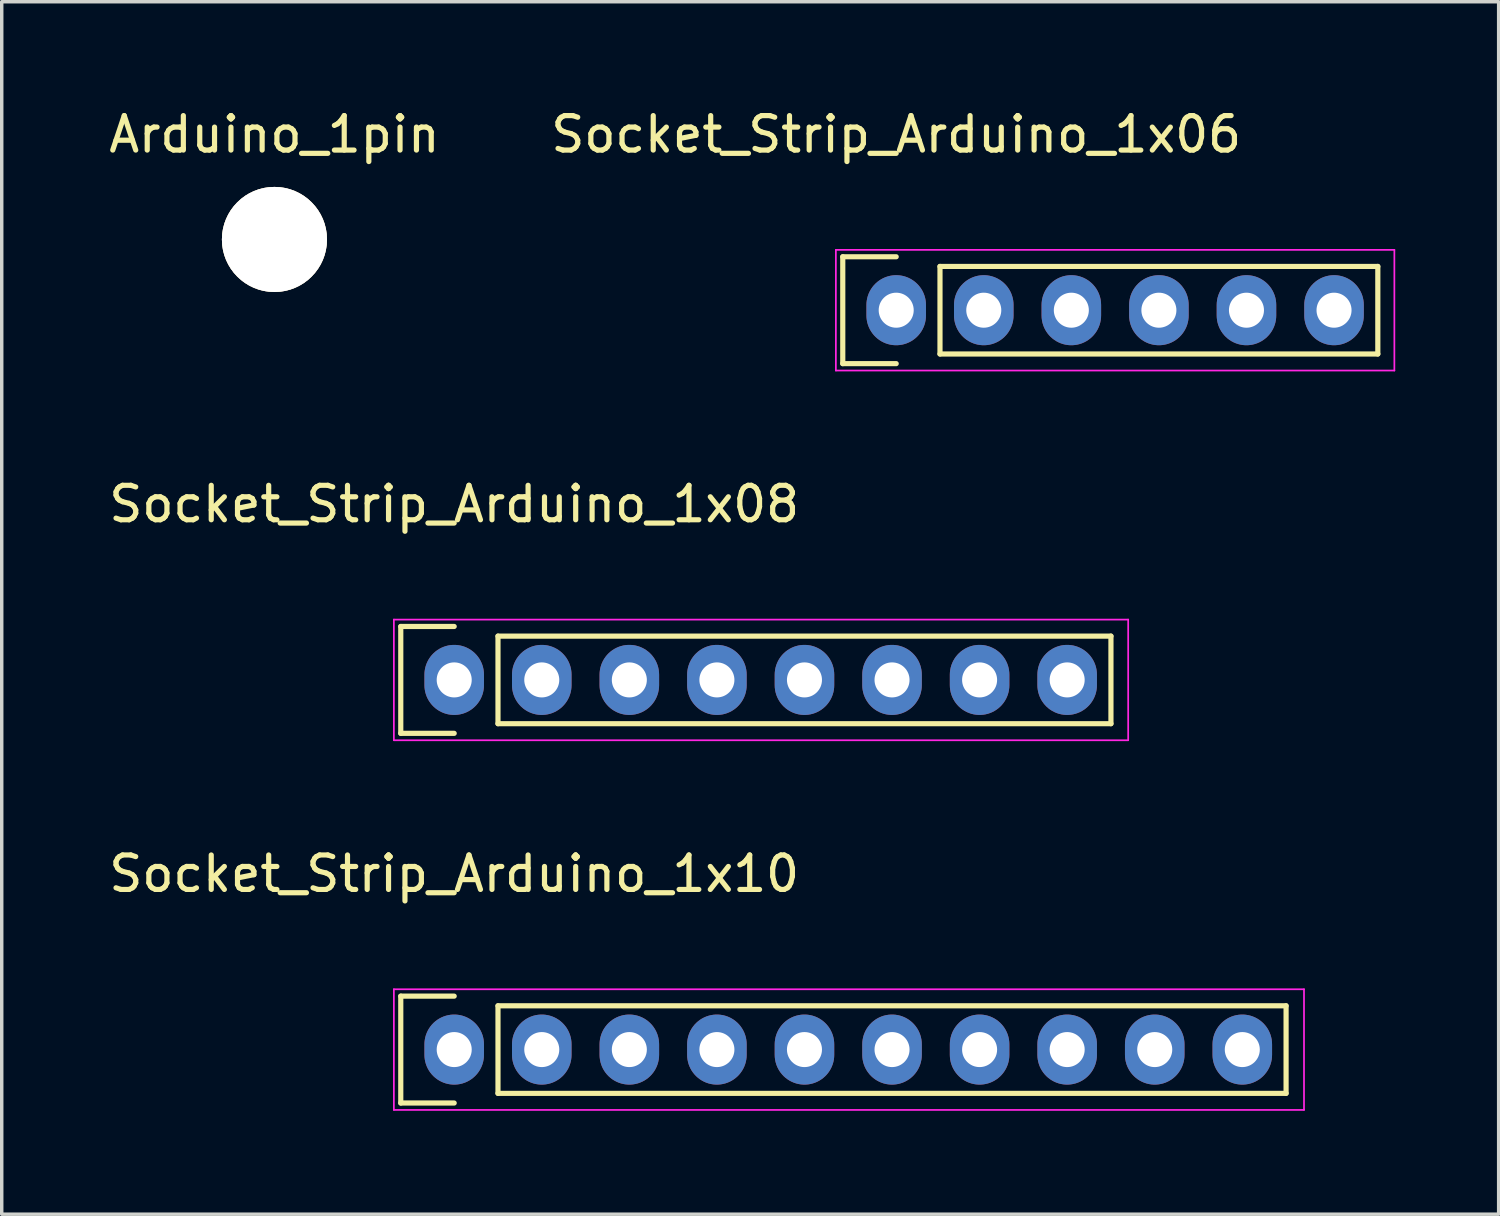
<source format=kicad_pcb>
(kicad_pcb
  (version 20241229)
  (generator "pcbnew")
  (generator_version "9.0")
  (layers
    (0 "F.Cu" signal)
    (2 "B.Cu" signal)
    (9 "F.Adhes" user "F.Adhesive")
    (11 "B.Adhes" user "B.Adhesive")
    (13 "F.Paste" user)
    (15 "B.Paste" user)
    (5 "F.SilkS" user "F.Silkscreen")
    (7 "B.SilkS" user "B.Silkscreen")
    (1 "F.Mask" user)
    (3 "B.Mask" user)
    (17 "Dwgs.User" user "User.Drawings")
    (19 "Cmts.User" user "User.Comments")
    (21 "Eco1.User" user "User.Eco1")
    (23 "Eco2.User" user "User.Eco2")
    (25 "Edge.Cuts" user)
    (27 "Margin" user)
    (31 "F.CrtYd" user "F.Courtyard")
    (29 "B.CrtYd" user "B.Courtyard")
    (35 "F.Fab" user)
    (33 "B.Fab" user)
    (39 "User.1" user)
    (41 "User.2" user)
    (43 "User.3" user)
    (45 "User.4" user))
  (footprint "Socket_Strip_Arduino_1x06"
    (layer "F.Cu")
    (at 22.946 5.948)
    (property "Reference" "Socket_Strip_Arduino_1x06" (at 0 -5.1 0) (layer "F.SilkS") (effects (font (size 1 1) (thickness 0.15))))
    (attr through_hole)
    (fp_line (start -1.55 -1.55) (end -1.55 1.55) (stroke (width 0.15) (type solid)) (layer "F.SilkS"))
    (fp_line (start -1.55 1.55) (end 0 1.55) (stroke (width 0.15) (type solid)) (layer "F.SilkS"))
    (fp_line (start 0 -1.55) (end -1.55 -1.55) (stroke (width 0.15) (type solid)) (layer "F.SilkS"))
    (fp_line (start 1.27 1.27) (end 1.27 -1.27) (stroke (width 0.15) (type solid)) (layer "F.SilkS"))
    (fp_line (start 1.27 1.27) (end 13.97 1.27) (stroke (width 0.15) (type solid)) (layer "F.SilkS"))
    (fp_line (start 13.97 -1.27) (end 1.27 -1.27) (stroke (width 0.15) (type solid)) (layer "F.SilkS"))
    (fp_line (start 13.97 1.27) (end 13.97 -1.27) (stroke (width 0.15) (type solid)) (layer "F.SilkS"))
    (fp_line (start -1.75 -1.75) (end -1.75 1.75) (stroke (width 0.05) (type solid)) (layer "F.CrtYd"))
    (fp_line (start -1.75 -1.75) (end 14.45 -1.75) (stroke (width 0.05) (type solid)) (layer "F.CrtYd"))
    (fp_line (start -1.75 1.75) (end 14.45 1.75) (stroke (width 0.05) (type solid)) (layer "F.CrtYd"))
    (fp_line (start 14.45 -1.75) (end 14.45 1.75) (stroke (width 0.05) (type solid)) (layer "F.CrtYd"))
    (pad "1" thru_hole oval (at 0 0) (size 1.727 2.032) (drill 1.016) (layers "*.Cu" "*.Mask"))
    (pad "2" thru_hole oval (at 2.54 0) (size 1.727 2.032) (drill 1.016) (layers "*.Cu" "*.Mask"))
    (pad "3" thru_hole oval (at 5.08 0) (size 1.727 2.032) (drill 1.016) (layers "*.Cu" "*.Mask"))
    (pad "4" thru_hole oval (at 7.62 0) (size 1.727 2.032) (drill 1.016) (layers "*.Cu" "*.Mask"))
    (pad "5" thru_hole oval (at 10.16 0) (size 1.727 2.032) (drill 1.016) (layers "*.Cu" "*.Mask"))
    (pad "6" thru_hole oval (at 12.7 0) (size 1.727 2.032) (drill 1.016) (layers "*.Cu" "*.Mask")))
  (footprint "Socket_Strip_Arduino_1x10"
    (layer "F.Cu")
    (at 10.125 27.395)
    (property "Reference" "Socket_Strip_Arduino_1x10" (at 0 -5.1 0) (layer "F.SilkS") (effects (font (size 1 1) (thickness 0.15))))
    (attr through_hole)
    (fp_line (start -1.55 -1.55) (end -1.55 1.55) (stroke (width 0.15) (type solid)) (layer "F.SilkS"))
    (fp_line (start -1.55 1.55) (end 0 1.55) (stroke (width 0.15) (type solid)) (layer "F.SilkS"))
    (fp_line (start 0 -1.55) (end -1.55 -1.55) (stroke (width 0.15) (type solid)) (layer "F.SilkS"))
    (fp_line (start 1.27 1.27) (end 1.27 -1.27) (stroke (width 0.15) (type solid)) (layer "F.SilkS"))
    (fp_line (start 1.27 1.27) (end 24.13 1.27) (stroke (width 0.15) (type solid)) (layer "F.SilkS"))
    (fp_line (start 24.13 -1.27) (end 1.27 -1.27) (stroke (width 0.15) (type solid)) (layer "F.SilkS"))
    (fp_line (start 24.13 1.27) (end 24.13 -1.27) (stroke (width 0.15) (type solid)) (layer "F.SilkS"))
    (fp_line (start -1.75 -1.75) (end -1.75 1.75) (stroke (width 0.05) (type solid)) (layer "F.CrtYd"))
    (fp_line (start -1.75 -1.75) (end 24.65 -1.75) (stroke (width 0.05) (type solid)) (layer "F.CrtYd"))
    (fp_line (start -1.75 1.75) (end 24.65 1.75) (stroke (width 0.05) (type solid)) (layer "F.CrtYd"))
    (fp_line (start 24.65 -1.75) (end 24.65 1.75) (stroke (width 0.05) (type solid)) (layer "F.CrtYd"))
    (pad "1" thru_hole oval (at 0 0) (size 1.727 2.032) (drill 1.016) (layers "*.Cu" "*.Mask"))
    (pad "2" thru_hole oval (at 2.54 0) (size 1.727 2.032) (drill 1.016) (layers "*.Cu" "*.Mask"))
    (pad "3" thru_hole oval (at 5.08 0) (size 1.727 2.032) (drill 1.016) (layers "*.Cu" "*.Mask"))
    (pad "4" thru_hole oval (at 7.62 0) (size 1.727 2.032) (drill 1.016) (layers "*.Cu" "*.Mask"))
    (pad "5" thru_hole oval (at 10.16 0) (size 1.727 2.032) (drill 1.016) (layers "*.Cu" "*.Mask"))
    (pad "6" thru_hole oval (at 12.7 0) (size 1.727 2.032) (drill 1.016) (layers "*.Cu" "*.Mask"))
    (pad "7" thru_hole oval (at 15.24 0) (size 1.727 2.032) (drill 1.016) (layers "*.Cu" "*.Mask"))
    (pad "8" thru_hole oval (at 17.78 0) (size 1.727 2.032) (drill 1.016) (layers "*.Cu" "*.Mask"))
    (pad "9" thru_hole oval (at 20.32 0) (size 1.727 2.032) (drill 1.016) (layers "*.Cu" "*.Mask"))
    (pad "10" thru_hole oval (at 22.86 0) (size 1.727 2.032) (drill 1.016) (layers "*.Cu" "*.Mask")))
  (footprint "Arduino_1pin"
    (layer "F.Cu")
    (at 4.911 3.896)
    (property "Reference" "Arduino_1pin" (at 0 -3.048 0) (layer "F.SilkS") (effects (font (size 1 1) (thickness 0.15))))
    (attr through_hole)
    (pad "" thru_hole circle (at 0 0) (size 3.048 3.048) (drill 3.048) (layers "*.Cu" "*.Mask" "F.SilkS")))
  (footprint "Socket_Strip_Arduino_1x08"
    (layer "F.Cu")
    (at 10.125 16.672)
    (property "Reference" "Socket_Strip_Arduino_1x08" (at 0 -5.1 0) (layer "F.SilkS") (effects (font (size 1 1) (thickness 0.15))))
    (attr through_hole)
    (fp_line (start -1.55 -1.55) (end -1.55 1.55) (stroke (width 0.15) (type solid)) (layer "F.SilkS"))
    (fp_line (start -1.55 1.55) (end 0 1.55) (stroke (width 0.15) (type solid)) (layer "F.SilkS"))
    (fp_line (start 0 -1.55) (end -1.55 -1.55) (stroke (width 0.15) (type solid)) (layer "F.SilkS"))
    (fp_line (start 1.27 1.27) (end 1.27 -1.27) (stroke (width 0.15) (type solid)) (layer "F.SilkS"))
    (fp_line (start 1.27 1.27) (end 19.05 1.27) (stroke (width 0.15) (type solid)) (layer "F.SilkS"))
    (fp_line (start 19.05 -1.27) (end 1.27 -1.27) (stroke (width 0.15) (type solid)) (layer "F.SilkS"))
    (fp_line (start 19.05 1.27) (end 19.05 -1.27) (stroke (width 0.15) (type solid)) (layer "F.SilkS"))
    (fp_line (start -1.75 -1.75) (end -1.75 1.75) (stroke (width 0.05) (type solid)) (layer "F.CrtYd"))
    (fp_line (start -1.75 -1.75) (end 19.55 -1.75) (stroke (width 0.05) (type solid)) (layer "F.CrtYd"))
    (fp_line (start -1.75 1.75) (end 19.55 1.75) (stroke (width 0.05) (type solid)) (layer "F.CrtYd"))
    (fp_line (start 19.55 -1.75) (end 19.55 1.75) (stroke (width 0.05) (type solid)) (layer "F.CrtYd"))
    (pad "1" thru_hole oval (at 0 0) (size 1.727 2.032) (drill 1.016) (layers "*.Cu" "*.Mask"))
    (pad "2" thru_hole oval (at 2.54 0) (size 1.727 2.032) (drill 1.016) (layers "*.Cu" "*.Mask"))
    (pad "3" thru_hole oval (at 5.08 0) (size 1.727 2.032) (drill 1.016) (layers "*.Cu" "*.Mask"))
    (pad "4" thru_hole oval (at 7.62 0) (size 1.727 2.032) (drill 1.016) (layers "*.Cu" "*.Mask"))
    (pad "5" thru_hole oval (at 10.16 0) (size 1.727 2.032) (drill 1.016) (layers "*.Cu" "*.Mask"))
    (pad "6" thru_hole oval (at 12.7 0) (size 1.727 2.032) (drill 1.016) (layers "*.Cu" "*.Mask"))
    (pad "7" thru_hole oval (at 15.24 0) (size 1.727 2.032) (drill 1.016) (layers "*.Cu" "*.Mask"))
    (pad "8" thru_hole oval (at 17.78 0) (size 1.727 2.032) (drill 1.016) (layers "*.Cu" "*.Mask")))
  (gr_rect
    (start -3 -3)
    (end 40.421 32.17)
    (stroke (width 0.1) (type default))
    (fill no)
    (layer "Edge.Cuts")))
</source>
